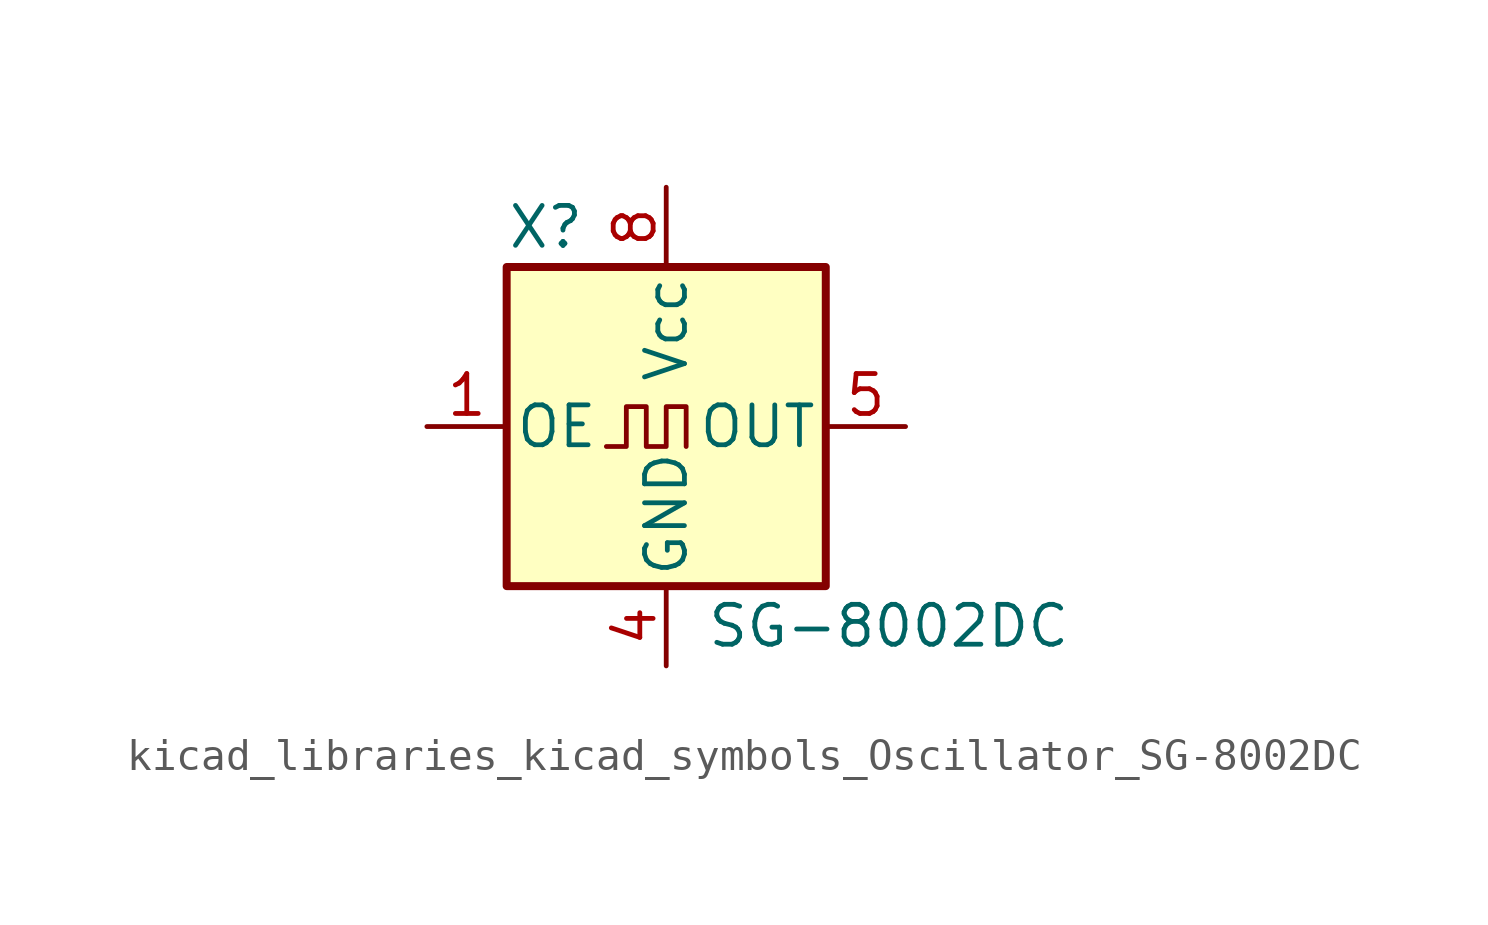
<source format=kicad_sym>
(kicad_symbol_lib
  (version 20220914)
  (generator kicad_symbol_editor)
  (symbol "kicad_libraries_kicad_symbols_Oscillator_SG-8002DC"
    (pin_names
      (offset 0.254))
    (property "Reference" "X"
      (at -5.08 6.35 0)
      (effects (font (size 1.27 1.27)) (justify left)))
    (property "Value" "SG-8002DC"
      (at 1.27 -6.35 0)
      (effects (font (size 1.27 1.27)) (justify left)))
    (symbol "kicad_libraries_kicad_symbols_Oscillator_SG-8002DC_0_1"
      (rectangle (start -5.08 5.08) (end 5.08 -5.08) (stroke (width 0.254) (type default)) (fill (type background)))
      (polyline (pts (xy -1.905 -0.635) (xy -1.27 -0.635) (xy -1.27 0.635) (xy -0.635 0.635) (xy -0.635 -0.635) (xy 0 -0.635) (xy 0 0.635) (xy 0.635 0.635) (xy 0.635 -0.635)) (stroke (width 0) (type default)) (fill (type none))))
    (symbol "kicad_libraries_kicad_symbols_Oscillator_SG-8002DC_1_1"
      (pin input line (at -7.62 0 0) (length 2.54) (name "OE" (effects (font (size 1.27 1.27)))) (number "1" (effects (font (size 1.27 1.27)))))
      (pin power_in line (at 0 -7.62 90) (length 2.54) (name "GND" (effects (font (size 1.27 1.27)))) (number "4" (effects (font (size 1.27 1.27)))))
      (pin output line (at 7.62 0 180) (length 2.54) (name "OUT" (effects (font (size 1.27 1.27)))) (number "5" (effects (font (size 1.27 1.27)))))
      (pin power_in line (at 0 7.62 270) (length 2.54) (name "Vcc" (effects (font (size 1.27 1.27)))) (number "8" (effects (font (size 1.27 1.27))))))))
</source>
